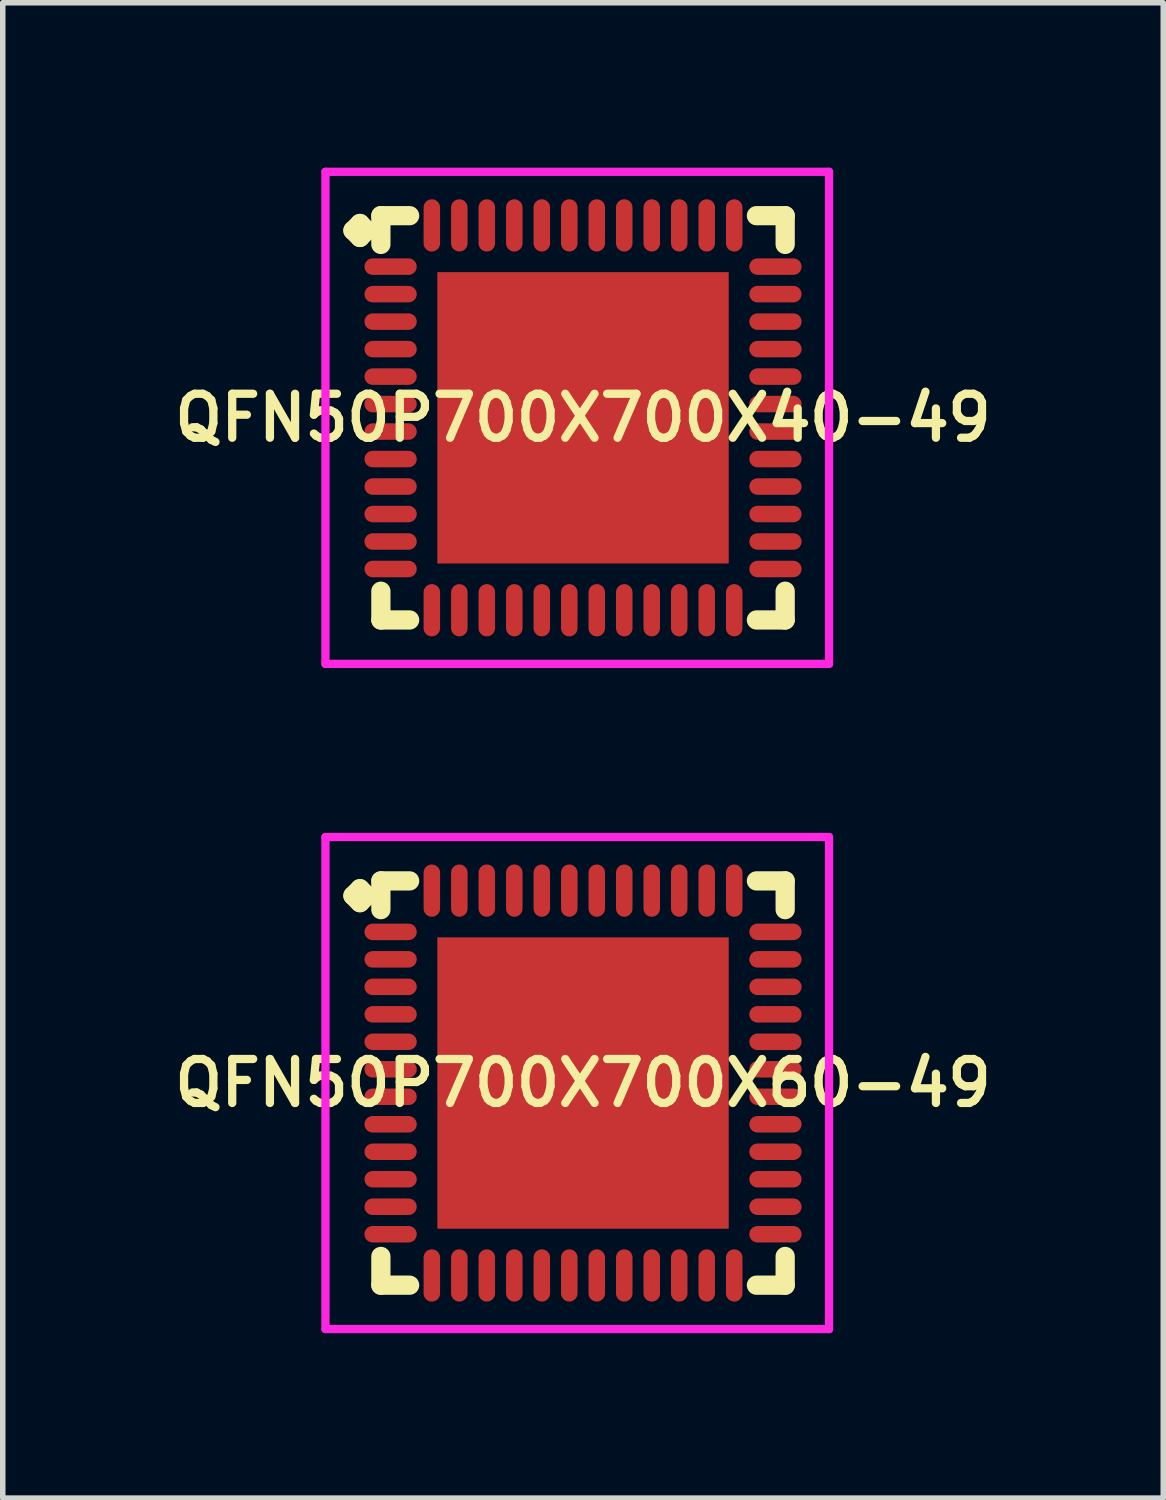
<source format=kicad_pcb>
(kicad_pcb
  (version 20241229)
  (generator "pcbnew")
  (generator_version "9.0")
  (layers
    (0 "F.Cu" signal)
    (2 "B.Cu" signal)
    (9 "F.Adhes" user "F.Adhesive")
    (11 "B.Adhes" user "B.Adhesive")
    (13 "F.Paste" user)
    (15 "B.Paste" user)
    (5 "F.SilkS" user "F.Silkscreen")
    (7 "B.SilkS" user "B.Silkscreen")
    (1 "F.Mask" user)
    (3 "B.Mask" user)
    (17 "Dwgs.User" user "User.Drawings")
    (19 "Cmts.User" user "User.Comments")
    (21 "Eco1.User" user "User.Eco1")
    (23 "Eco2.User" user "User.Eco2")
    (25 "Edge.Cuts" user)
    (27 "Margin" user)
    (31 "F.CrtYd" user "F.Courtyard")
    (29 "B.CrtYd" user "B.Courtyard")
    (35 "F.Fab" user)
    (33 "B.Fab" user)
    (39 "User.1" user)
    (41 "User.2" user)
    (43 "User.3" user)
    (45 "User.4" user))
  (footprint "QFN50P700X700X40-49"
    (layer "F.Cu")
    (at 7.555 4.55)
    (property "Reference" "QFN50P700X700X40-49" (at 0 0 0) (layer "F.SilkS") (effects (font (size 0.8 0.8) (thickness 0.15))))
    (attr smd)
    (fp_line (start -4.185 -3.408) (end -4.058 -3.535) (stroke (width 0.35) (type solid)) (layer "F.SilkS"))
    (fp_line (start -4.058 -3.535) (end -3.931 -3.408) (stroke (width 0.35) (type solid)) (layer "F.SilkS"))
    (fp_line (start -4.058 -3.281) (end -4.185 -3.408) (stroke (width 0.35) (type solid)) (layer "F.SilkS"))
    (fp_line (start -3.931 -3.408) (end -4.058 -3.281) (stroke (width 0.35) (type solid)) (layer "F.SilkS"))
    (fp_line (start -3.677 -3.677) (end -3.154 -3.677) (stroke (width 0.35) (type solid)) (layer "F.SilkS"))
    (fp_line (start -3.677 -3.154) (end -3.677 -3.677) (stroke (width 0.35) (type solid)) (layer "F.SilkS"))
    (fp_line (start -3.677 3.154) (end -3.677 3.677) (stroke (width 0.35) (type solid)) (layer "F.SilkS"))
    (fp_line (start -3.677 3.677) (end -3.154 3.677) (stroke (width 0.35) (type solid)) (layer "F.SilkS"))
    (fp_line (start 3.154 -3.677) (end 3.677 -3.677) (stroke (width 0.35) (type solid)) (layer "F.SilkS"))
    (fp_line (start 3.154 3.677) (end 3.677 3.677) (stroke (width 0.35) (type solid)) (layer "F.SilkS"))
    (fp_line (start 3.677 -3.677) (end 3.677 -3.154) (stroke (width 0.35) (type solid)) (layer "F.SilkS"))
    (fp_line (start 3.677 3.677) (end 3.677 3.154) (stroke (width 0.35) (type solid)) (layer "F.SilkS"))
    (fp_line (start -4.685 -4.475) (end 4.475 -4.475) (stroke (width 0.15) (type solid)) (layer "F.CrtYd"))
    (fp_line (start -4.685 4.475) (end -4.685 -4.475) (stroke (width 0.15) (type solid)) (layer "F.CrtYd"))
    (fp_line (start 4.475 -4.475) (end 4.475 4.475) (stroke (width 0.15) (type solid)) (layer "F.CrtYd"))
    (fp_line (start 4.475 4.475) (end -4.685 4.475) (stroke (width 0.15) (type solid)) (layer "F.CrtYd"))
    (pad "1" smd oval (at -3.5 -2.75) (size 0.95 0.3) (layers "F.Cu" "F.Mask" "F.Paste"))
    (pad "2" smd oval (at -3.5 -2.25) (size 0.95 0.3) (layers "F.Cu" "F.Mask" "F.Paste"))
    (pad "3" smd oval (at -3.5 -1.75) (size 0.95 0.3) (layers "F.Cu" "F.Mask" "F.Paste"))
    (pad "4" smd oval (at -3.5 -1.25) (size 0.95 0.3) (layers "F.Cu" "F.Mask" "F.Paste"))
    (pad "5" smd oval (at -3.5 -0.75) (size 0.95 0.3) (layers "F.Cu" "F.Mask" "F.Paste"))
    (pad "6" smd oval (at -3.5 -0.25) (size 0.95 0.3) (layers "F.Cu" "F.Mask" "F.Paste"))
    (pad "7" smd oval (at -3.5 0.25) (size 0.95 0.3) (layers "F.Cu" "F.Mask" "F.Paste"))
    (pad "8" smd oval (at -3.5 0.75) (size 0.95 0.3) (layers "F.Cu" "F.Mask" "F.Paste"))
    (pad "9" smd oval (at -3.5 1.25) (size 0.95 0.3) (layers "F.Cu" "F.Mask" "F.Paste"))
    (pad "10" smd oval (at -3.5 1.75) (size 0.95 0.3) (layers "F.Cu" "F.Mask" "F.Paste"))
    (pad "11" smd oval (at -3.5 2.25) (size 0.95 0.3) (layers "F.Cu" "F.Mask" "F.Paste"))
    (pad "12" smd oval (at -3.5 2.75) (size 0.95 0.3) (layers "F.Cu" "F.Mask" "F.Paste"))
    (pad "13" smd oval (at -2.75 3.5) (size 0.3 0.95) (layers "F.Cu" "F.Mask" "F.Paste"))
    (pad "14" smd oval (at -2.25 3.5) (size 0.3 0.95) (layers "F.Cu" "F.Mask" "F.Paste"))
    (pad "15" smd oval (at -1.75 3.5) (size 0.3 0.95) (layers "F.Cu" "F.Mask" "F.Paste"))
    (pad "16" smd oval (at -1.25 3.5) (size 0.3 0.95) (layers "F.Cu" "F.Mask" "F.Paste"))
    (pad "17" smd oval (at -0.75 3.5) (size 0.3 0.95) (layers "F.Cu" "F.Mask" "F.Paste"))
    (pad "18" smd oval (at -0.25 3.5) (size 0.3 0.95) (layers "F.Cu" "F.Mask" "F.Paste"))
    (pad "19" smd oval (at 0.25 3.5) (size 0.3 0.95) (layers "F.Cu" "F.Mask" "F.Paste"))
    (pad "20" smd oval (at 0.75 3.5) (size 0.3 0.95) (layers "F.Cu" "F.Mask" "F.Paste"))
    (pad "21" smd oval (at 1.25 3.5) (size 0.3 0.95) (layers "F.Cu" "F.Mask" "F.Paste"))
    (pad "22" smd oval (at 1.75 3.5) (size 0.3 0.95) (layers "F.Cu" "F.Mask" "F.Paste"))
    (pad "23" smd oval (at 2.25 3.5) (size 0.3 0.95) (layers "F.Cu" "F.Mask" "F.Paste"))
    (pad "24" smd oval (at 2.75 3.5) (size 0.3 0.95) (layers "F.Cu" "F.Mask" "F.Paste"))
    (pad "25" smd oval (at 3.5 2.75) (size 0.95 0.3) (layers "F.Cu" "F.Mask" "F.Paste"))
    (pad "26" smd oval (at 3.5 2.25) (size 0.95 0.3) (layers "F.Cu" "F.Mask" "F.Paste"))
    (pad "27" smd oval (at 3.5 1.75) (size 0.95 0.3) (layers "F.Cu" "F.Mask" "F.Paste"))
    (pad "28" smd oval (at 3.5 1.25) (size 0.95 0.3) (layers "F.Cu" "F.Mask" "F.Paste"))
    (pad "29" smd oval (at 3.5 0.75) (size 0.95 0.3) (layers "F.Cu" "F.Mask" "F.Paste"))
    (pad "30" smd oval (at 3.5 0.25) (size 0.95 0.3) (layers "F.Cu" "F.Mask" "F.Paste"))
    (pad "31" smd oval (at 3.5 -0.25) (size 0.95 0.3) (layers "F.Cu" "F.Mask" "F.Paste"))
    (pad "32" smd oval (at 3.5 -0.75) (size 0.95 0.3) (layers "F.Cu" "F.Mask" "F.Paste"))
    (pad "33" smd oval (at 3.5 -1.25) (size 0.95 0.3) (layers "F.Cu" "F.Mask" "F.Paste"))
    (pad "34" smd oval (at 3.5 -1.75) (size 0.95 0.3) (layers "F.Cu" "F.Mask" "F.Paste"))
    (pad "35" smd oval (at 3.5 -2.25) (size 0.95 0.3) (layers "F.Cu" "F.Mask" "F.Paste"))
    (pad "36" smd oval (at 3.5 -2.75) (size 0.95 0.3) (layers "F.Cu" "F.Mask" "F.Paste"))
    (pad "37" smd oval (at 2.75 -3.5) (size 0.3 0.95) (layers "F.Cu" "F.Mask" "F.Paste"))
    (pad "38" smd oval (at 2.25 -3.5) (size 0.3 0.95) (layers "F.Cu" "F.Mask" "F.Paste"))
    (pad "39" smd oval (at 1.75 -3.5) (size 0.3 0.95) (layers "F.Cu" "F.Mask" "F.Paste"))
    (pad "40" smd oval (at 1.25 -3.5) (size 0.3 0.95) (layers "F.Cu" "F.Mask" "F.Paste"))
    (pad "41" smd oval (at 0.75 -3.5) (size 0.3 0.95) (layers "F.Cu" "F.Mask" "F.Paste"))
    (pad "42" smd oval (at 0.25 -3.5) (size 0.3 0.95) (layers "F.Cu" "F.Mask" "F.Paste"))
    (pad "43" smd oval (at -0.25 -3.5) (size 0.3 0.95) (layers "F.Cu" "F.Mask" "F.Paste"))
    (pad "44" smd oval (at -0.75 -3.5) (size 0.3 0.95) (layers "F.Cu" "F.Mask" "F.Paste"))
    (pad "45" smd oval (at -1.25 -3.5) (size 0.3 0.95) (layers "F.Cu" "F.Mask" "F.Paste"))
    (pad "46" smd oval (at -1.75 -3.5) (size 0.3 0.95) (layers "F.Cu" "F.Mask" "F.Paste"))
    (pad "47" smd oval (at -2.25 -3.5) (size 0.3 0.95) (layers "F.Cu" "F.Mask" "F.Paste"))
    (pad "48" smd oval (at -2.75 -3.5) (size 0.3 0.95) (layers "F.Cu" "F.Mask" "F.Paste"))
    (pad "49" smd rect (at 0 0) (size 5.3 5.3) (layers "F.Cu" "F.Mask" "F.Paste")))
  (footprint "QFN50P700X700X60-49"
    (layer "F.Cu")
    (at 7.555 16.65)
    (property "Reference" "QFN50P700X700X60-49" (at 0 0 0) (layer "F.SilkS") (effects (font (size 0.8 0.8) (thickness 0.15))))
    (attr smd)
    (fp_line (start -4.185 -3.408) (end -4.058 -3.535) (stroke (width 0.35) (type solid)) (layer "F.SilkS"))
    (fp_line (start -4.058 -3.535) (end -3.931 -3.408) (stroke (width 0.35) (type solid)) (layer "F.SilkS"))
    (fp_line (start -4.058 -3.281) (end -4.185 -3.408) (stroke (width 0.35) (type solid)) (layer "F.SilkS"))
    (fp_line (start -3.931 -3.408) (end -4.058 -3.281) (stroke (width 0.35) (type solid)) (layer "F.SilkS"))
    (fp_line (start -3.677 -3.677) (end -3.154 -3.677) (stroke (width 0.35) (type solid)) (layer "F.SilkS"))
    (fp_line (start -3.677 -3.154) (end -3.677 -3.677) (stroke (width 0.35) (type solid)) (layer "F.SilkS"))
    (fp_line (start -3.677 3.154) (end -3.677 3.677) (stroke (width 0.35) (type solid)) (layer "F.SilkS"))
    (fp_line (start -3.677 3.677) (end -3.154 3.677) (stroke (width 0.35) (type solid)) (layer "F.SilkS"))
    (fp_line (start 3.154 -3.677) (end 3.677 -3.677) (stroke (width 0.35) (type solid)) (layer "F.SilkS"))
    (fp_line (start 3.154 3.677) (end 3.677 3.677) (stroke (width 0.35) (type solid)) (layer "F.SilkS"))
    (fp_line (start 3.677 -3.677) (end 3.677 -3.154) (stroke (width 0.35) (type solid)) (layer "F.SilkS"))
    (fp_line (start 3.677 3.677) (end 3.677 3.154) (stroke (width 0.35) (type solid)) (layer "F.SilkS"))
    (fp_line (start -4.685 -4.475) (end 4.475 -4.475) (stroke (width 0.15) (type solid)) (layer "F.CrtYd"))
    (fp_line (start -4.685 4.475) (end -4.685 -4.475) (stroke (width 0.15) (type solid)) (layer "F.CrtYd"))
    (fp_line (start 4.475 -4.475) (end 4.475 4.475) (stroke (width 0.15) (type solid)) (layer "F.CrtYd"))
    (fp_line (start 4.475 4.475) (end -4.685 4.475) (stroke (width 0.15) (type solid)) (layer "F.CrtYd"))
    (pad "1" smd oval (at -3.5 -2.75) (size 0.95 0.3) (layers "F.Cu" "F.Mask" "F.Paste"))
    (pad "2" smd oval (at -3.5 -2.25) (size 0.95 0.3) (layers "F.Cu" "F.Mask" "F.Paste"))
    (pad "3" smd oval (at -3.5 -1.75) (size 0.95 0.3) (layers "F.Cu" "F.Mask" "F.Paste"))
    (pad "4" smd oval (at -3.5 -1.25) (size 0.95 0.3) (layers "F.Cu" "F.Mask" "F.Paste"))
    (pad "5" smd oval (at -3.5 -0.75) (size 0.95 0.3) (layers "F.Cu" "F.Mask" "F.Paste"))
    (pad "6" smd oval (at -3.5 -0.25) (size 0.95 0.3) (layers "F.Cu" "F.Mask" "F.Paste"))
    (pad "7" smd oval (at -3.5 0.25) (size 0.95 0.3) (layers "F.Cu" "F.Mask" "F.Paste"))
    (pad "8" smd oval (at -3.5 0.75) (size 0.95 0.3) (layers "F.Cu" "F.Mask" "F.Paste"))
    (pad "9" smd oval (at -3.5 1.25) (size 0.95 0.3) (layers "F.Cu" "F.Mask" "F.Paste"))
    (pad "10" smd oval (at -3.5 1.75) (size 0.95 0.3) (layers "F.Cu" "F.Mask" "F.Paste"))
    (pad "11" smd oval (at -3.5 2.25) (size 0.95 0.3) (layers "F.Cu" "F.Mask" "F.Paste"))
    (pad "12" smd oval (at -3.5 2.75) (size 0.95 0.3) (layers "F.Cu" "F.Mask" "F.Paste"))
    (pad "13" smd oval (at -2.75 3.5) (size 0.3 0.95) (layers "F.Cu" "F.Mask" "F.Paste"))
    (pad "14" smd oval (at -2.25 3.5) (size 0.3 0.95) (layers "F.Cu" "F.Mask" "F.Paste"))
    (pad "15" smd oval (at -1.75 3.5) (size 0.3 0.95) (layers "F.Cu" "F.Mask" "F.Paste"))
    (pad "16" smd oval (at -1.25 3.5) (size 0.3 0.95) (layers "F.Cu" "F.Mask" "F.Paste"))
    (pad "17" smd oval (at -0.75 3.5) (size 0.3 0.95) (layers "F.Cu" "F.Mask" "F.Paste"))
    (pad "18" smd oval (at -0.25 3.5) (size 0.3 0.95) (layers "F.Cu" "F.Mask" "F.Paste"))
    (pad "19" smd oval (at 0.25 3.5) (size 0.3 0.95) (layers "F.Cu" "F.Mask" "F.Paste"))
    (pad "20" smd oval (at 0.75 3.5) (size 0.3 0.95) (layers "F.Cu" "F.Mask" "F.Paste"))
    (pad "21" smd oval (at 1.25 3.5) (size 0.3 0.95) (layers "F.Cu" "F.Mask" "F.Paste"))
    (pad "22" smd oval (at 1.75 3.5) (size 0.3 0.95) (layers "F.Cu" "F.Mask" "F.Paste"))
    (pad "23" smd oval (at 2.25 3.5) (size 0.3 0.95) (layers "F.Cu" "F.Mask" "F.Paste"))
    (pad "24" smd oval (at 2.75 3.5) (size 0.3 0.95) (layers "F.Cu" "F.Mask" "F.Paste"))
    (pad "25" smd oval (at 3.5 2.75) (size 0.95 0.3) (layers "F.Cu" "F.Mask" "F.Paste"))
    (pad "26" smd oval (at 3.5 2.25) (size 0.95 0.3) (layers "F.Cu" "F.Mask" "F.Paste"))
    (pad "27" smd oval (at 3.5 1.75) (size 0.95 0.3) (layers "F.Cu" "F.Mask" "F.Paste"))
    (pad "28" smd oval (at 3.5 1.25) (size 0.95 0.3) (layers "F.Cu" "F.Mask" "F.Paste"))
    (pad "29" smd oval (at 3.5 0.75) (size 0.95 0.3) (layers "F.Cu" "F.Mask" "F.Paste"))
    (pad "30" smd oval (at 3.5 0.25) (size 0.95 0.3) (layers "F.Cu" "F.Mask" "F.Paste"))
    (pad "31" smd oval (at 3.5 -0.25) (size 0.95 0.3) (layers "F.Cu" "F.Mask" "F.Paste"))
    (pad "32" smd oval (at 3.5 -0.75) (size 0.95 0.3) (layers "F.Cu" "F.Mask" "F.Paste"))
    (pad "33" smd oval (at 3.5 -1.25) (size 0.95 0.3) (layers "F.Cu" "F.Mask" "F.Paste"))
    (pad "34" smd oval (at 3.5 -1.75) (size 0.95 0.3) (layers "F.Cu" "F.Mask" "F.Paste"))
    (pad "35" smd oval (at 3.5 -2.25) (size 0.95 0.3) (layers "F.Cu" "F.Mask" "F.Paste"))
    (pad "36" smd oval (at 3.5 -2.75) (size 0.95 0.3) (layers "F.Cu" "F.Mask" "F.Paste"))
    (pad "37" smd oval (at 2.75 -3.5) (size 0.3 0.95) (layers "F.Cu" "F.Mask" "F.Paste"))
    (pad "38" smd oval (at 2.25 -3.5) (size 0.3 0.95) (layers "F.Cu" "F.Mask" "F.Paste"))
    (pad "39" smd oval (at 1.75 -3.5) (size 0.3 0.95) (layers "F.Cu" "F.Mask" "F.Paste"))
    (pad "40" smd oval (at 1.25 -3.5) (size 0.3 0.95) (layers "F.Cu" "F.Mask" "F.Paste"))
    (pad "41" smd oval (at 0.75 -3.5) (size 0.3 0.95) (layers "F.Cu" "F.Mask" "F.Paste"))
    (pad "42" smd oval (at 0.25 -3.5) (size 0.3 0.95) (layers "F.Cu" "F.Mask" "F.Paste"))
    (pad "43" smd oval (at -0.25 -3.5) (size 0.3 0.95) (layers "F.Cu" "F.Mask" "F.Paste"))
    (pad "44" smd oval (at -0.75 -3.5) (size 0.3 0.95) (layers "F.Cu" "F.Mask" "F.Paste"))
    (pad "45" smd oval (at -1.25 -3.5) (size 0.3 0.95) (layers "F.Cu" "F.Mask" "F.Paste"))
    (pad "46" smd oval (at -1.75 -3.5) (size 0.3 0.95) (layers "F.Cu" "F.Mask" "F.Paste"))
    (pad "47" smd oval (at -2.25 -3.5) (size 0.3 0.95) (layers "F.Cu" "F.Mask" "F.Paste"))
    (pad "48" smd oval (at -2.75 -3.5) (size 0.3 0.95) (layers "F.Cu" "F.Mask" "F.Paste"))
    (pad "49" smd rect (at 0 0) (size 5.3 5.3) (layers "F.Cu" "F.Mask" "F.Paste")))
  (gr_rect
    (start -3 -3)
    (end 18.109 24.2)
    (stroke (width 0.1) (type default))
    (fill no)
    (layer "Edge.Cuts")))
</source>
